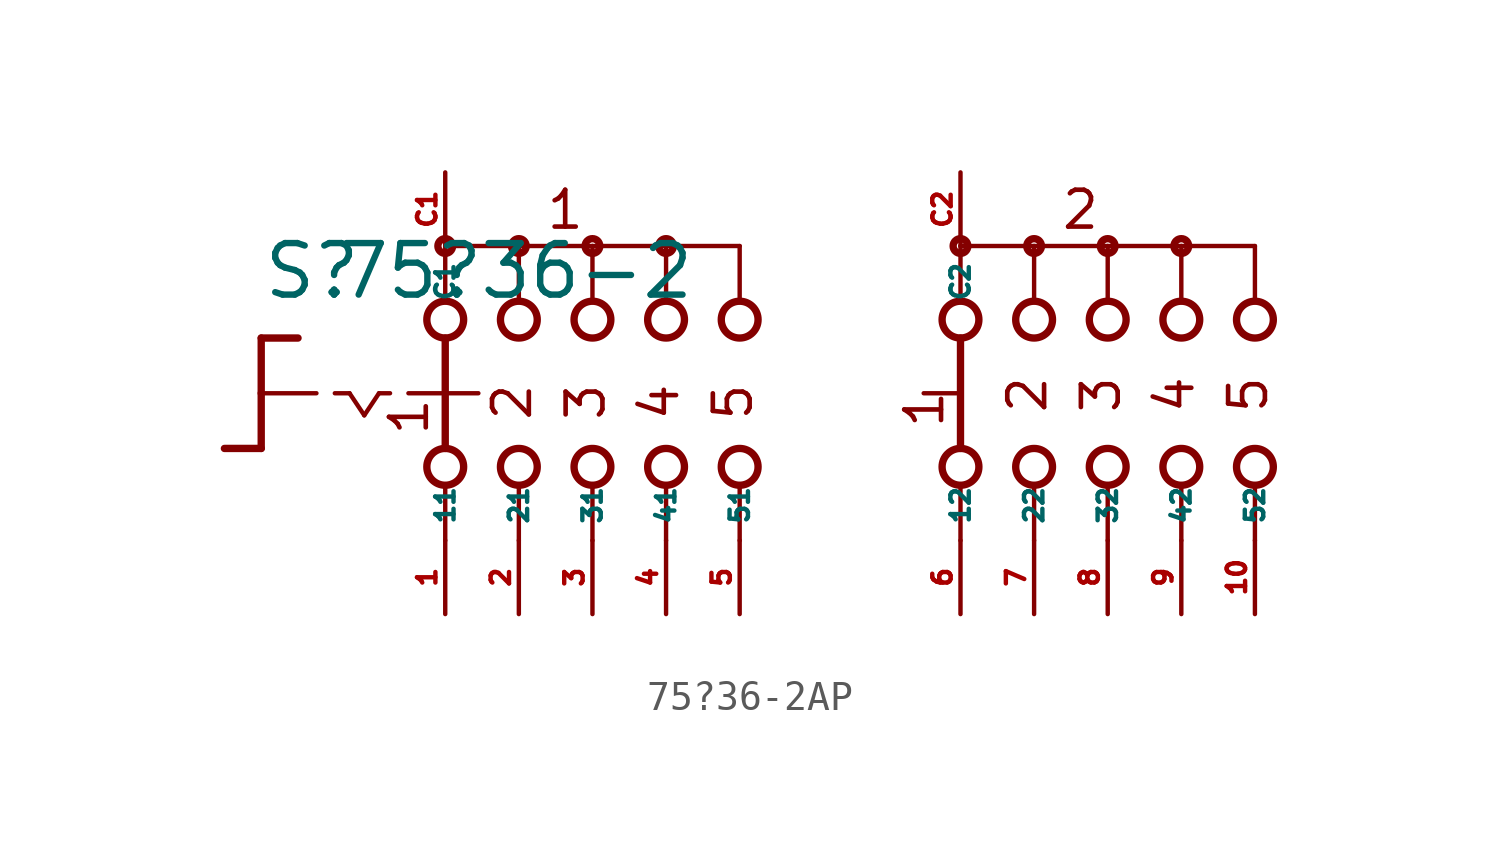
<source format=kicad_sym>
(kicad_symbol_lib
  (version 20220914)
  (generator Eagle2Kicad)
  (symbol "75?36-2AP"
    (property "Reference" "S"
      (at -19.05 3.175 0)
      (effects (font (size 1.778 1.778) (thickness 0.22)) (justify left bottom)))
    (property "Value" "75?36-2"
      (at -16.51 3.175 0)
      (effects (font (size 1.778 1.778) (thickness 0.22)) (justify left bottom)))
    (polyline
      (pts (xy -19.05 1.905) (xy -17.78 1.905))
      (stroke (width 0.254) (type default))
      (fill (type none)))
    (polyline
      (pts (xy -19.05 1.905) (xy -19.05 0))
      (stroke (width 0.254) (type default))
      (fill (type none)))
    (polyline
      (pts (xy -19.05 -1.905) (xy -20.32 -1.905))
      (stroke (width 0.254) (type default))
      (fill (type none)))
    (polyline
      (pts (xy -19.05 0) (xy -17.145 0))
      (stroke (width 0.152) (type default))
      (fill (type none)))
    (polyline
      (pts (xy -19.05 0) (xy -19.05 -1.905))
      (stroke (width 0.254) (type default))
      (fill (type none)))
    (polyline
      (pts (xy -16.51 0) (xy -16.002 0))
      (stroke (width 0.152) (type default))
      (fill (type none)))
    (polyline
      (pts (xy -14.986 0) (xy -14.605 0))
      (stroke (width 0.152) (type default))
      (fill (type none)))
    (polyline
      (pts (xy -16.002 0) (xy -15.494 -0.762))
      (stroke (width 0.152) (type default))
      (fill (type none)))
    (polyline
      (pts (xy -15.494 -0.762) (xy -14.986 0))
      (stroke (width 0.152) (type default))
      (fill (type none)))
    (polyline
      (pts (xy -10.16 3.175) (xy -10.16 5.08))
      (stroke (width 0.152) (type default))
      (fill (type none)))
    (polyline
      (pts (xy -7.62 3.175) (xy -7.62 5.08))
      (stroke (width 0.152) (type default))
      (fill (type none)))
    (polyline
      (pts (xy -5.08 3.175) (xy -5.08 5.08))
      (stroke (width 0.152) (type default))
      (fill (type none)))
    (polyline
      (pts (xy -7.62 5.08) (xy -10.16 5.08))
      (stroke (width 0.152) (type default))
      (fill (type none)))
    (polyline
      (pts (xy -7.62 5.08) (xy -5.08 5.08))
      (stroke (width 0.152) (type default))
      (fill (type none)))
    (polyline
      (pts (xy -2.54 3.175) (xy -2.54 5.08))
      (stroke (width 0.152) (type default))
      (fill (type none)))
    (polyline
      (pts (xy -5.08 5.08) (xy -2.54 5.08))
      (stroke (width 0.152) (type default))
      (fill (type none)))
    (polyline
      (pts (xy -12.7 5.08) (xy -12.7 3.175))
      (stroke (width 0.152) (type default))
      (fill (type none)))
    (polyline
      (pts (xy -10.16 5.08) (xy -12.7 5.08))
      (stroke (width 0.152) (type default))
      (fill (type none)))
    (polyline
      (pts (xy 5.08 3.175) (xy 5.08 5.08))
      (stroke (width 0.152) (type default))
      (fill (type none)))
    (polyline
      (pts (xy 5.08 -5.08) (xy 5.08 -3.175))
      (stroke (width 0.152) (type default))
      (fill (type none)))
    (polyline
      (pts (xy 7.62 3.175) (xy 7.62 5.08))
      (stroke (width 0.152) (type default))
      (fill (type none)))
    (polyline
      (pts (xy 10.16 3.175) (xy 10.16 5.08))
      (stroke (width 0.152) (type default))
      (fill (type none)))
    (polyline
      (pts (xy 12.7 3.175) (xy 12.7 5.08))
      (stroke (width 0.152) (type default))
      (fill (type none)))
    (polyline
      (pts (xy 15.24 3.175) (xy 15.24 5.08))
      (stroke (width 0.152) (type default))
      (fill (type none)))
    (polyline
      (pts (xy 5.08 5.08) (xy 7.62 5.08))
      (stroke (width 0.152) (type default))
      (fill (type none)))
    (polyline
      (pts (xy 7.62 5.08) (xy 10.16 5.08))
      (stroke (width 0.152) (type default))
      (fill (type none)))
    (polyline
      (pts (xy 10.16 5.08) (xy 12.7 5.08))
      (stroke (width 0.152) (type default))
      (fill (type none)))
    (polyline
      (pts (xy 12.7 5.08) (xy 15.24 5.08))
      (stroke (width 0.152) (type default))
      (fill (type none)))
    (polyline
      (pts (xy 7.62 -5.08) (xy 7.62 -3.175))
      (stroke (width 0.152) (type default))
      (fill (type none)))
    (polyline
      (pts (xy 10.16 -5.08) (xy 10.16 -3.175))
      (stroke (width 0.152) (type default))
      (fill (type none)))
    (polyline
      (pts (xy 12.7 -5.08) (xy 12.7 -3.175))
      (stroke (width 0.152) (type default))
      (fill (type none)))
    (polyline
      (pts (xy 15.24 -5.08) (xy 15.24 -3.175))
      (stroke (width 0.152) (type default))
      (fill (type none)))
    (polyline
      (pts (xy 5.08 1.905) (xy 5.08 -1.905))
      (stroke (width 0.254) (type default))
      (fill (type none)))
    (polyline
      (pts (xy 3.81 0) (xy 4.953 0))
      (stroke (width 0.152) (type default))
      (fill (type none)))
    (polyline
      (pts (xy -13.97 0) (xy -12.827 0))
      (stroke (width 0.152) (type default))
      (fill (type none)))
    (polyline
      (pts (xy -10.16 -5.08) (xy -10.16 -3.175))
      (stroke (width 0.152) (type default))
      (fill (type none)))
    (polyline
      (pts (xy -7.62 -5.08) (xy -7.62 -3.175))
      (stroke (width 0.152) (type default))
      (fill (type none)))
    (polyline
      (pts (xy -5.08 -5.08) (xy -5.08 -3.175))
      (stroke (width 0.152) (type default))
      (fill (type none)))
    (polyline
      (pts (xy -2.54 -5.08) (xy -2.54 -3.175))
      (stroke (width 0.152) (type default))
      (fill (type none)))
    (polyline
      (pts (xy -12.7 1.905) (xy -12.7 0))
      (stroke (width 0.254) (type default))
      (fill (type none)))
    (polyline
      (pts (xy -12.7 -3.175) (xy -12.7 -5.08))
      (stroke (width 0.152) (type default))
      (fill (type none)))
    (polyline
      (pts (xy -12.7 0) (xy -11.557 0))
      (stroke (width 0.152) (type default))
      (fill (type none)))
    (polyline
      (pts (xy -12.7 0) (xy -12.7 -1.905))
      (stroke (width 0.254) (type default))
      (fill (type none)))
    (text "2"
      (at 8.128 -0.762 900)
      (effects (font (size 1.27 1.27) (thickness 0.16)) (justify left bottom)))
    (text "3"
      (at 10.668 -0.762 900)
      (effects (font (size 1.27 1.27) (thickness 0.16)) (justify left bottom)))
    (text "4"
      (at 13.208 -0.762 900)
      (effects (font (size 1.27 1.27) (thickness 0.16)) (justify left bottom)))
    (text "5"
      (at 15.748 -0.762 900)
      (effects (font (size 1.27 1.27) (thickness 0.16)) (justify left bottom)))
    (text "1"
      (at 4.572 -1.27 900)
      (effects (font (size 1.27 1.27) (thickness 0.16)) (justify left bottom)))
    (text "1"
      (at -13.208 -1.524 900)
      (effects (font (size 1.27 1.27) (thickness 0.16)) (justify left bottom)))
    (text "2"
      (at -9.652 -1.016 900)
      (effects (font (size 1.27 1.27) (thickness 0.16)) (justify left bottom)))
    (text "3"
      (at -7.112 -1.016 900)
      (effects (font (size 1.27 1.27) (thickness 0.16)) (justify left bottom)))
    (text "4"
      (at -4.572 -1.016 900)
      (effects (font (size 1.27 1.27) (thickness 0.16)) (justify left bottom)))
    (text "5"
      (at -2.032 -1.016 900)
      (effects (font (size 1.27 1.27) (thickness 0.16)) (justify left bottom)))
    (text "1 "
      (at -9.271 5.588 0)
      (effects (font (size 1.27 1.27) (thickness 0.16)) (justify left bottom)))
    (text "2 "
      (at 8.509 5.588 0)
      (effects (font (size 1.27 1.27) (thickness 0.16)) (justify left bottom)))
    (circle
      (center -7.62 5.08)
      (radius 0.254)
      (stroke (width 0.254) (type default))
      (fill (type none)))
    (circle
      (center -5.08 5.08)
      (radius 0.254)
      (stroke (width 0.254) (type default))
      (fill (type none)))
    (circle
      (center -12.7 5.08)
      (radius 0.254)
      (stroke (width 0.254) (type default))
      (fill (type none)))
    (circle
      (center -10.16 5.08)
      (radius 0.254)
      (stroke (width 0.254) (type default))
      (fill (type none)))
    (circle
      (center -12.7 2.54)
      (radius 0.635)
      (stroke (width 0.254) (type default))
      (fill (type none)))
    (circle
      (center -10.16 2.54)
      (radius 0.635)
      (stroke (width 0.254) (type default))
      (fill (type none)))
    (circle
      (center -7.62 2.54)
      (radius 0.635)
      (stroke (width 0.254) (type default))
      (fill (type none)))
    (circle
      (center -5.08 2.54)
      (radius 0.635)
      (stroke (width 0.254) (type default))
      (fill (type none)))
    (circle
      (center -2.54 2.54)
      (radius 0.635)
      (stroke (width 0.254) (type default))
      (fill (type none)))
    (circle
      (center 5.08 5.08)
      (radius 0.254)
      (stroke (width 0.254) (type default))
      (fill (type none)))
    (circle
      (center 5.08 2.54)
      (radius 0.635)
      (stroke (width 0.254) (type default))
      (fill (type none)))
    (circle
      (center 5.08 -2.54)
      (radius 0.635)
      (stroke (width 0.254) (type default))
      (fill (type none)))
    (circle
      (center 7.62 2.54)
      (radius 0.635)
      (stroke (width 0.254) (type default))
      (fill (type none)))
    (circle
      (center 10.16 2.54)
      (radius 0.635)
      (stroke (width 0.254) (type default))
      (fill (type none)))
    (circle
      (center 12.7 2.54)
      (radius 0.635)
      (stroke (width 0.254) (type default))
      (fill (type none)))
    (circle
      (center 15.24 2.54)
      (radius 0.635)
      (stroke (width 0.254) (type default))
      (fill (type none)))
    (circle
      (center 7.62 5.08)
      (radius 0.254)
      (stroke (width 0.254) (type default))
      (fill (type none)))
    (circle
      (center 10.16 5.08)
      (radius 0.254)
      (stroke (width 0.254) (type default))
      (fill (type none)))
    (circle
      (center 12.7 5.08)
      (radius 0.254)
      (stroke (width 0.254) (type default))
      (fill (type none)))
    (circle
      (center 7.62 -2.54)
      (radius 0.635)
      (stroke (width 0.254) (type default))
      (fill (type none)))
    (circle
      (center 10.16 -2.54)
      (radius 0.635)
      (stroke (width 0.254) (type default))
      (fill (type none)))
    (circle
      (center 12.7 -2.54)
      (radius 0.635)
      (stroke (width 0.254) (type default))
      (fill (type none)))
    (circle
      (center 15.24 -2.54)
      (radius 0.635)
      (stroke (width 0.254) (type default))
      (fill (type none)))
    (circle
      (center -12.7 -2.54)
      (radius 0.635)
      (stroke (width 0.254) (type default))
      (fill (type none)))
    (circle
      (center -10.16 -2.54)
      (radius 0.635)
      (stroke (width 0.254) (type default))
      (fill (type none)))
    (circle
      (center -7.62 -2.54)
      (radius 0.635)
      (stroke (width 0.254) (type default))
      (fill (type none)))
    (circle
      (center -5.08 -2.54)
      (radius 0.635)
      (stroke (width 0.254) (type default))
      (fill (type none)))
    (circle
      (center -2.54 -2.54)
      (radius 0.635)
      (stroke (width 0.254) (type default))
      (fill (type none)))
    (pin passive line
      (at -12.7 -7.62 90)
      (length 2.54)
      (name "11" (effects (font (size 0.635 0.635) (thickness 0.08)) (justify left bottom)))
      (number "1" (effects (font (size 0.635 0.635) (thickness 0.08)) (justify left bottom))))
    (pin passive line
      (at -12.7 7.62 270)
      (length 2.54)
      (name "C1" (effects (font (size 0.635 0.635) (thickness 0.08)) (justify left bottom)))
      (number "C1" (effects (font (size 0.635 0.635) (thickness 0.08)) (justify left bottom))))
    (pin passive line
      (at -10.16 -7.62 90)
      (length 2.54)
      (name "21" (effects (font (size 0.635 0.635) (thickness 0.08)) (justify left bottom)))
      (number "2" (effects (font (size 0.635 0.635) (thickness 0.08)) (justify left bottom))))
    (pin passive line
      (at -7.62 -7.62 90)
      (length 2.54)
      (name "31" (effects (font (size 0.635 0.635) (thickness 0.08)) (justify left bottom)))
      (number "3" (effects (font (size 0.635 0.635) (thickness 0.08)) (justify left bottom))))
    (pin passive line
      (at -5.08 -7.62 90)
      (length 2.54)
      (name "41" (effects (font (size 0.635 0.635) (thickness 0.08)) (justify left bottom)))
      (number "4" (effects (font (size 0.635 0.635) (thickness 0.08)) (justify left bottom))))
    (pin passive line
      (at -2.54 -7.62 90)
      (length 2.54)
      (name "51" (effects (font (size 0.635 0.635) (thickness 0.08)) (justify left bottom)))
      (number "5" (effects (font (size 0.635 0.635) (thickness 0.08)) (justify left bottom))))
    (pin passive line
      (at 5.08 -7.62 90)
      (length 2.54)
      (name "12" (effects (font (size 0.635 0.635) (thickness 0.08)) (justify left bottom)))
      (number "6" (effects (font (size 0.635 0.635) (thickness 0.08)) (justify left bottom))))
    (pin passive line
      (at 7.62 -7.62 90)
      (length 2.54)
      (name "22" (effects (font (size 0.635 0.635) (thickness 0.08)) (justify left bottom)))
      (number "7" (effects (font (size 0.635 0.635) (thickness 0.08)) (justify left bottom))))
    (pin passive line
      (at 10.16 -7.62 90)
      (length 2.54)
      (name "32" (effects (font (size 0.635 0.635) (thickness 0.08)) (justify left bottom)))
      (number "8" (effects (font (size 0.635 0.635) (thickness 0.08)) (justify left bottom))))
    (pin passive line
      (at 12.7 -7.62 90)
      (length 2.54)
      (name "42" (effects (font (size 0.635 0.635) (thickness 0.08)) (justify left bottom)))
      (number "9" (effects (font (size 0.635 0.635) (thickness 0.08)) (justify left bottom))))
    (pin passive line
      (at 15.24 -7.62 90)
      (length 2.54)
      (name "52" (effects (font (size 0.635 0.635) (thickness 0.08)) (justify left bottom)))
      (number "10" (effects (font (size 0.635 0.635) (thickness 0.08)) (justify left bottom))))
    (pin passive line
      (at 5.08 7.62 270)
      (length 2.54)
      (name "C2" (effects (font (size 0.635 0.635) (thickness 0.08)) (justify left bottom)))
      (number "C2" (effects (font (size 0.635 0.635) (thickness 0.08)) (justify left bottom))))))
</source>
